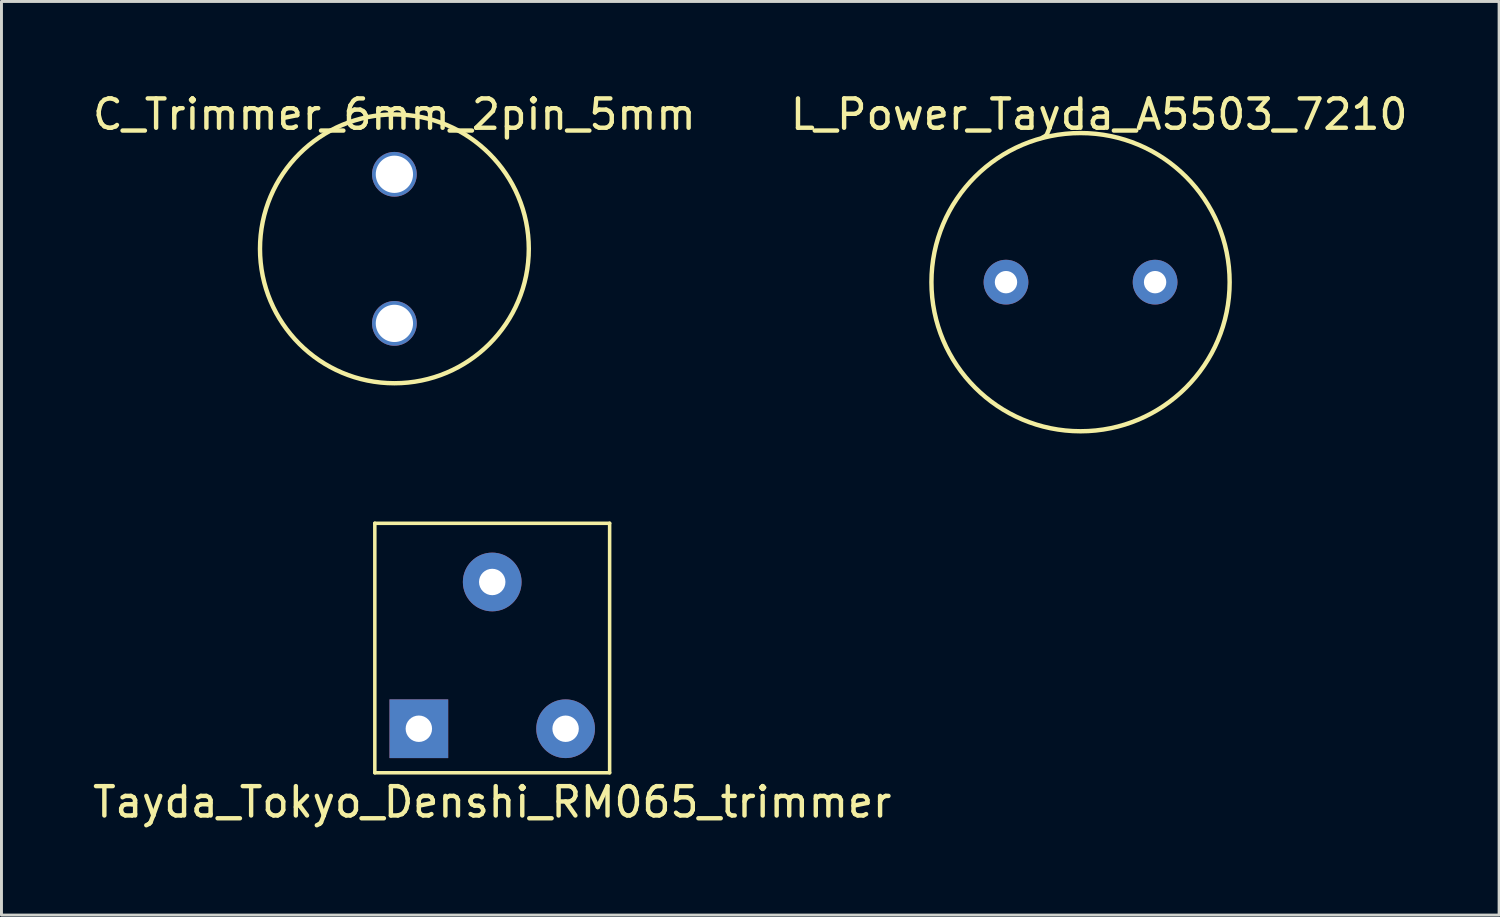
<source format=kicad_pcb>
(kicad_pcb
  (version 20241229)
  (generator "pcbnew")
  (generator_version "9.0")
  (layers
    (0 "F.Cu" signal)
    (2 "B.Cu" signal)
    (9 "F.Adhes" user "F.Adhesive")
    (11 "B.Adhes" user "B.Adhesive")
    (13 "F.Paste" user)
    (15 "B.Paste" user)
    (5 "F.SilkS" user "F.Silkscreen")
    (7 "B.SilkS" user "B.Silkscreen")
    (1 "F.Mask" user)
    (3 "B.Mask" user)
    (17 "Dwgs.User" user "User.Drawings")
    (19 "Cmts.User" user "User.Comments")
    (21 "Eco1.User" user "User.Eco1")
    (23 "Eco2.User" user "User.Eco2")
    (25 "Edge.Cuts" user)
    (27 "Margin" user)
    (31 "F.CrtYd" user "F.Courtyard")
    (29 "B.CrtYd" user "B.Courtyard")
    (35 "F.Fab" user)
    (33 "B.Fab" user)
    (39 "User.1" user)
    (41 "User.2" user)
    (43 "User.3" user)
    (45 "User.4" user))
  (footprint "C_Trimmer_6mm_2pin_5mm"
    (layer "F.Cu")
    (at 10.387 2.888)
    (property "Reference" "C_Trimmer_6mm_2pin_5mm" (at 0 -2.04 0) (layer "F.SilkS") (effects (font (size 1 1) (thickness 0.15))))
    (attr through_hole)
    (fp_circle (center 0 2.54) (end 3.81 5.08) (stroke (width 0.15) (type solid)) (fill no) (layer "F.SilkS"))
    (pad "1" thru_hole circle (at 0 0) (size 1.524 1.524) (drill 1.27) (layers "*.Cu" "*.Mask"))
    (pad "2" thru_hole circle (at 0 5.08) (size 1.524 1.524) (drill 1.27) (layers "*.Cu" "*.Mask")))
  (footprint "Tayda_Tokyo_Denshi_RM065_trimmer"
    (layer "F.Cu")
    (at 11.22 21.778)
    (property "Reference" "Tayda_Tokyo_Denshi_RM065_trimmer" (at 2.5 2.5 0) (layer "F.SilkS") (effects (font (size 1 1) (thickness 0.15))))
    (attr through_hole)
    (fp_line (start -1.5 -7) (end -1.5 1.5) (stroke (width 0.12) (type solid)) (layer "F.SilkS"))
    (fp_line (start -1.5 1.5) (end 6.5 1.5) (stroke (width 0.12) (type solid)) (layer "F.SilkS"))
    (fp_line (start 6.5 -7) (end -1.5 -7) (stroke (width 0.12) (type solid)) (layer "F.SilkS"))
    (fp_line (start 6.5 1.5) (end 6.5 -7) (stroke (width 0.12) (type solid)) (layer "F.SilkS"))
    (pad "1" thru_hole rect (at 0 0) (size 2 2) (drill 0.9) (layers "*.Cu" "*.Mask"))
    (pad "2" thru_hole circle (at 2.5 -5) (size 2 2) (drill 0.9) (layers "*.Cu" "*.Mask"))
    (pad "3" thru_hole circle (at 5 0) (size 2 2) (drill 0.9) (layers "*.Cu" "*.Mask")))
  (footprint "L_Power_Tayda_A5503_7210"
    (layer "F.Cu")
    (at 31.224 6.563)
    (property "Reference" "L_Power_Tayda_A5503_7210" (at 3.175 -5.715 0) (layer "F.SilkS") (effects (font (size 1 1) (thickness 0.15))))
    (attr through_hole)
    (fp_circle (center 2.54 0) (end 2.54 -5.08) (stroke (width 0.15) (type solid)) (fill no) (layer "F.SilkS"))
    (pad "1" thru_hole circle (at 0 0) (size 1.524 1.524) (drill 0.762) (layers "*.Cu" "*.Mask"))
    (pad "2" thru_hole circle (at 5.08 0) (size 1.524 1.524) (drill 0.762) (layers "*.Cu" "*.Mask")))
  (gr_rect
    (start -3 -3)
    (end 48.024 28.127)
    (stroke (width 0.1) (type default))
    (fill no)
    (layer "Edge.Cuts")))
</source>
